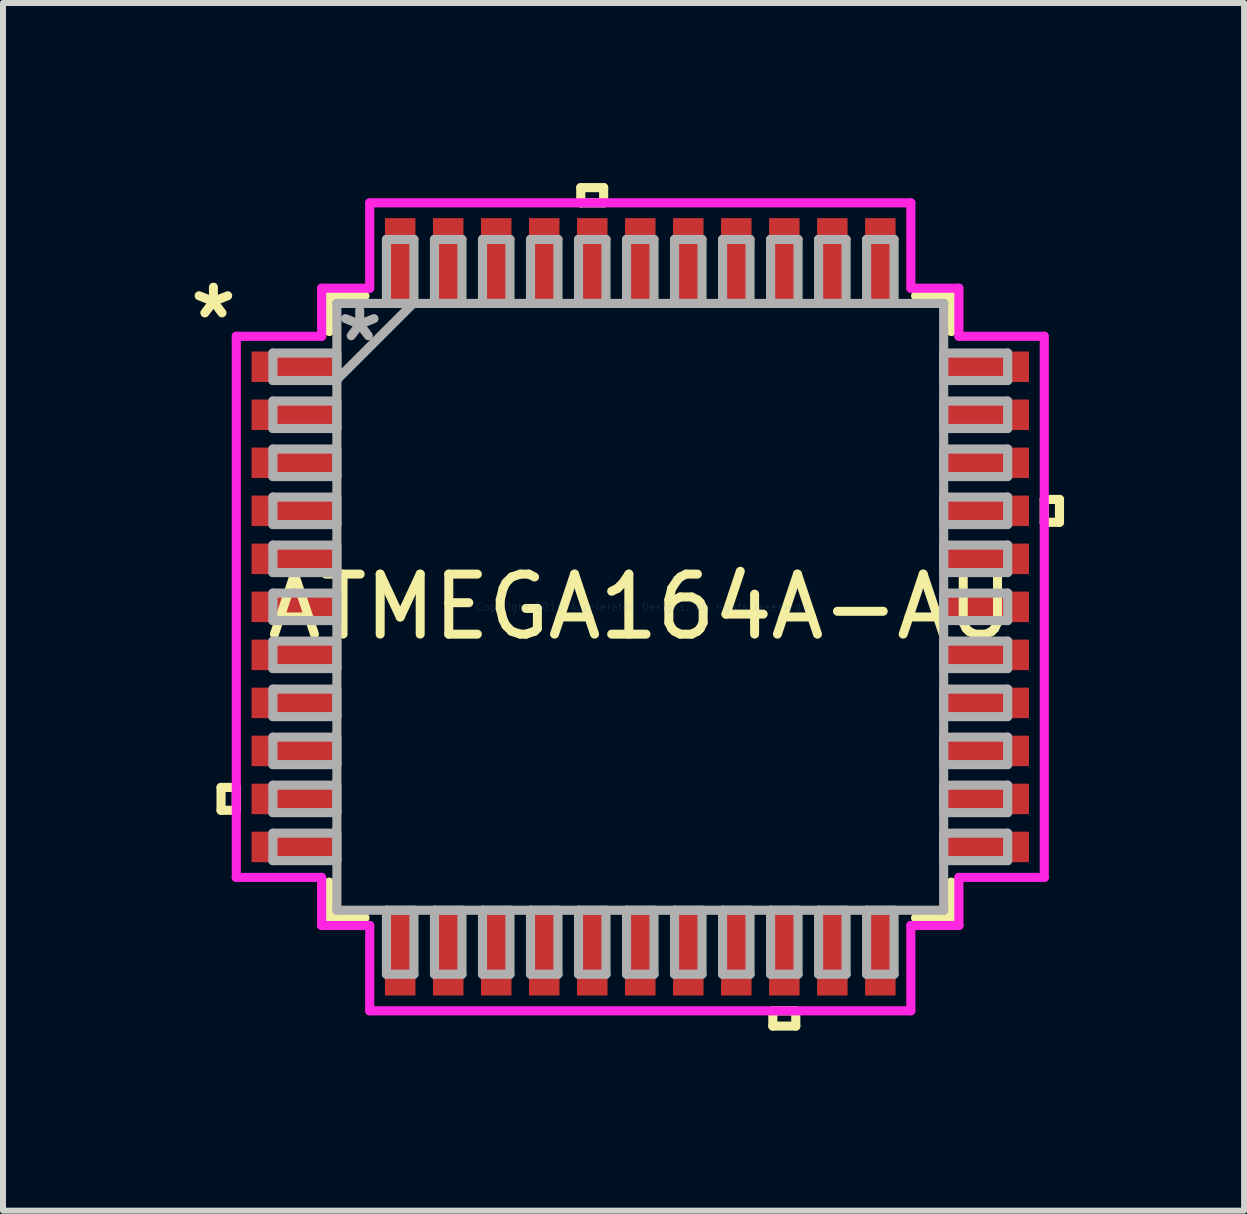
<source format=kicad_pcb>
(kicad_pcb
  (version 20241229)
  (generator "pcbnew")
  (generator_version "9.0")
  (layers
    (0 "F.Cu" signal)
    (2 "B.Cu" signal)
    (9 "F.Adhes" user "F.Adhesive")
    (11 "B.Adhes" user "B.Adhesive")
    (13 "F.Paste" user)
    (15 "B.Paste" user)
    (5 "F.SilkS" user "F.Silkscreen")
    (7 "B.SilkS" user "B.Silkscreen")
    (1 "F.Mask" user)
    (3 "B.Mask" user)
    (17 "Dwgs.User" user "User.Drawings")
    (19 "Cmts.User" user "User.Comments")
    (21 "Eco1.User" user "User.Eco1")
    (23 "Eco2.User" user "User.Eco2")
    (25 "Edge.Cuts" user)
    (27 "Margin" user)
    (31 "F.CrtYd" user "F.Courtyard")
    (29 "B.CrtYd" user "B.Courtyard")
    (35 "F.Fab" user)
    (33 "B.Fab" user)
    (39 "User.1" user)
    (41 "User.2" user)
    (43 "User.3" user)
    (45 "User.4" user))
  (footprint "ATMEGA164A-AU"
    (layer "F.Cu")
    (at 7.618 7.061)
    (property "Reference" "ATMEGA164A-AU" (at 0 0 0) (layer "F.SilkS") (effects (font (size 1 1) (thickness 0.15))))
    (attr through_hole)
    (fp_line (start -6.985 3.009) (end -6.985 3.39) (stroke (width 0.152) (type solid)) (layer "F.SilkS"))
    (fp_line (start -6.985 3.39) (end -6.731 3.39) (stroke (width 0.152) (type solid)) (layer "F.SilkS"))
    (fp_line (start -6.731 3.009) (end -6.985 3.009) (stroke (width 0.152) (type solid)) (layer "F.SilkS"))
    (fp_line (start -6.731 3.39) (end -6.731 3.009) (stroke (width 0.152) (type solid)) (layer "F.SilkS"))
    (fp_line (start -5.182 -5.182) (end -5.182 -4.587) (stroke (width 0.152) (type solid)) (layer "F.SilkS"))
    (fp_line (start -5.182 4.587) (end -5.182 5.182) (stroke (width 0.152) (type solid)) (layer "F.SilkS"))
    (fp_line (start -5.182 5.182) (end -4.587 5.182) (stroke (width 0.152) (type solid)) (layer "F.SilkS"))
    (fp_line (start -4.587 -5.182) (end -5.182 -5.182) (stroke (width 0.152) (type solid)) (layer "F.SilkS"))
    (fp_line (start -0.991 -6.985) (end -0.61 -6.985) (stroke (width 0.152) (type solid)) (layer "F.SilkS"))
    (fp_line (start -0.991 -6.731) (end -0.991 -6.985) (stroke (width 0.152) (type solid)) (layer "F.SilkS"))
    (fp_line (start -0.61 -6.985) (end -0.61 -6.731) (stroke (width 0.152) (type solid)) (layer "F.SilkS"))
    (fp_line (start -0.61 -6.731) (end -0.991 -6.731) (stroke (width 0.152) (type solid)) (layer "F.SilkS"))
    (fp_line (start 2.209 6.731) (end 2.209 6.985) (stroke (width 0.152) (type solid)) (layer "F.SilkS"))
    (fp_line (start 2.209 6.985) (end 2.591 6.985) (stroke (width 0.152) (type solid)) (layer "F.SilkS"))
    (fp_line (start 2.591 6.731) (end 2.209 6.731) (stroke (width 0.152) (type solid)) (layer "F.SilkS"))
    (fp_line (start 2.591 6.985) (end 2.591 6.731) (stroke (width 0.152) (type solid)) (layer "F.SilkS"))
    (fp_line (start 4.587 5.182) (end 5.182 5.182) (stroke (width 0.152) (type solid)) (layer "F.SilkS"))
    (fp_line (start 5.182 -5.182) (end 4.587 -5.182) (stroke (width 0.152) (type solid)) (layer "F.SilkS"))
    (fp_line (start 5.182 -4.587) (end 5.182 -5.182) (stroke (width 0.152) (type solid)) (layer "F.SilkS"))
    (fp_line (start 5.182 5.182) (end 5.182 4.587) (stroke (width 0.152) (type solid)) (layer "F.SilkS"))
    (fp_line (start 6.731 -1.79) (end 6.985 -1.79) (stroke (width 0.152) (type solid)) (layer "F.SilkS"))
    (fp_line (start 6.731 -1.409) (end 6.731 -1.79) (stroke (width 0.152) (type solid)) (layer "F.SilkS"))
    (fp_line (start 6.985 -1.79) (end 6.985 -1.409) (stroke (width 0.152) (type solid)) (layer "F.SilkS"))
    (fp_line (start 6.985 -1.409) (end 6.731 -1.409) (stroke (width 0.152) (type solid)) (layer "F.SilkS"))
    (fp_line (start -6.731 -4.508) (end -5.309 -4.508) (stroke (width 0.152) (type solid)) (layer "F.CrtYd"))
    (fp_line (start -6.731 4.508) (end -6.731 -4.508) (stroke (width 0.152) (type solid)) (layer "F.CrtYd"))
    (fp_line (start -5.309 -5.309) (end -4.508 -5.309) (stroke (width 0.152) (type solid)) (layer "F.CrtYd"))
    (fp_line (start -5.309 -4.508) (end -5.309 -5.309) (stroke (width 0.152) (type solid)) (layer "F.CrtYd"))
    (fp_line (start -5.309 4.508) (end -6.731 4.508) (stroke (width 0.152) (type solid)) (layer "F.CrtYd"))
    (fp_line (start -5.309 5.309) (end -5.309 4.508) (stroke (width 0.152) (type solid)) (layer "F.CrtYd"))
    (fp_line (start -4.508 -6.731) (end 4.508 -6.731) (stroke (width 0.152) (type solid)) (layer "F.CrtYd"))
    (fp_line (start -4.508 -5.309) (end -4.508 -6.731) (stroke (width 0.152) (type solid)) (layer "F.CrtYd"))
    (fp_line (start -4.508 5.309) (end -5.309 5.309) (stroke (width 0.152) (type solid)) (layer "F.CrtYd"))
    (fp_line (start -4.508 6.731) (end -4.508 5.309) (stroke (width 0.152) (type solid)) (layer "F.CrtYd"))
    (fp_line (start 4.508 -6.731) (end 4.508 -5.309) (stroke (width 0.152) (type solid)) (layer "F.CrtYd"))
    (fp_line (start 4.508 -5.309) (end 5.309 -5.309) (stroke (width 0.152) (type solid)) (layer "F.CrtYd"))
    (fp_line (start 4.508 5.309) (end 4.508 6.731) (stroke (width 0.152) (type solid)) (layer "F.CrtYd"))
    (fp_line (start 4.508 6.731) (end -4.508 6.731) (stroke (width 0.152) (type solid)) (layer "F.CrtYd"))
    (fp_line (start 5.309 -5.309) (end 5.309 -4.508) (stroke (width 0.152) (type solid)) (layer "F.CrtYd"))
    (fp_line (start 5.309 -4.508) (end 6.731 -4.508) (stroke (width 0.152) (type solid)) (layer "F.CrtYd"))
    (fp_line (start 5.309 4.508) (end 5.309 5.309) (stroke (width 0.152) (type solid)) (layer "F.CrtYd"))
    (fp_line (start 5.309 5.309) (end 4.508 5.309) (stroke (width 0.152) (type solid)) (layer "F.CrtYd"))
    (fp_line (start 6.731 -4.508) (end 6.731 4.508) (stroke (width 0.152) (type solid)) (layer "F.CrtYd"))
    (fp_line (start 6.731 4.508) (end 5.309 4.508) (stroke (width 0.152) (type solid)) (layer "F.CrtYd"))
    (fp_line (start -6.121 -4.229) (end -6.121 -3.771) (stroke (width 0.152) (type solid)) (layer "F.Fab"))
    (fp_line (start -6.121 -3.771) (end -5.055 -3.771) (stroke (width 0.152) (type solid)) (layer "F.Fab"))
    (fp_line (start -6.121 -3.429) (end -6.121 -2.971) (stroke (width 0.152) (type solid)) (layer "F.Fab"))
    (fp_line (start -6.121 -2.971) (end -5.055 -2.971) (stroke (width 0.152) (type solid)) (layer "F.Fab"))
    (fp_line (start -6.121 -2.629) (end -6.121 -2.171) (stroke (width 0.152) (type solid)) (layer "F.Fab"))
    (fp_line (start -6.121 -2.171) (end -5.055 -2.171) (stroke (width 0.152) (type solid)) (layer "F.Fab"))
    (fp_line (start -6.121 -1.829) (end -6.121 -1.371) (stroke (width 0.152) (type solid)) (layer "F.Fab"))
    (fp_line (start -6.121 -1.371) (end -5.055 -1.371) (stroke (width 0.152) (type solid)) (layer "F.Fab"))
    (fp_line (start -6.121 -1.029) (end -6.121 -0.571) (stroke (width 0.152) (type solid)) (layer "F.Fab"))
    (fp_line (start -6.121 -0.571) (end -5.055 -0.571) (stroke (width 0.152) (type solid)) (layer "F.Fab"))
    (fp_line (start -6.121 -0.229) (end -6.121 0.229) (stroke (width 0.152) (type solid)) (layer "F.Fab"))
    (fp_line (start -6.121 0.229) (end -5.055 0.229) (stroke (width 0.152) (type solid)) (layer "F.Fab"))
    (fp_line (start -6.121 0.571) (end -6.121 1.029) (stroke (width 0.152) (type solid)) (layer "F.Fab"))
    (fp_line (start -6.121 1.029) (end -5.055 1.029) (stroke (width 0.152) (type solid)) (layer "F.Fab"))
    (fp_line (start -6.121 1.371) (end -6.121 1.829) (stroke (width 0.152) (type solid)) (layer "F.Fab"))
    (fp_line (start -6.121 1.829) (end -5.055 1.829) (stroke (width 0.152) (type solid)) (layer "F.Fab"))
    (fp_line (start -6.121 2.171) (end -6.121 2.629) (stroke (width 0.152) (type solid)) (layer "F.Fab"))
    (fp_line (start -6.121 2.629) (end -5.055 2.629) (stroke (width 0.152) (type solid)) (layer "F.Fab"))
    (fp_line (start -6.121 2.971) (end -6.121 3.429) (stroke (width 0.152) (type solid)) (layer "F.Fab"))
    (fp_line (start -6.121 3.429) (end -5.055 3.429) (stroke (width 0.152) (type solid)) (layer "F.Fab"))
    (fp_line (start -6.121 3.771) (end -6.121 4.229) (stroke (width 0.152) (type solid)) (layer "F.Fab"))
    (fp_line (start -6.121 4.229) (end -5.055 4.229) (stroke (width 0.152) (type solid)) (layer "F.Fab"))
    (fp_line (start -5.055 -5.055) (end -5.055 -5.055) (stroke (width 0.152) (type solid)) (layer "F.Fab"))
    (fp_line (start -5.055 -5.055) (end -5.055 5.055) (stroke (width 0.152) (type solid)) (layer "F.Fab"))
    (fp_line (start -5.055 -4.229) (end -6.121 -4.229) (stroke (width 0.152) (type solid)) (layer "F.Fab"))
    (fp_line (start -5.055 -3.785) (end -3.785 -5.055) (stroke (width 0.152) (type solid)) (layer "F.Fab"))
    (fp_line (start -5.055 -3.771) (end -5.055 -4.229) (stroke (width 0.152) (type solid)) (layer "F.Fab"))
    (fp_line (start -5.055 -3.429) (end -6.121 -3.429) (stroke (width 0.152) (type solid)) (layer "F.Fab"))
    (fp_line (start -5.055 -2.971) (end -5.055 -3.429) (stroke (width 0.152) (type solid)) (layer "F.Fab"))
    (fp_line (start -5.055 -2.629) (end -6.121 -2.629) (stroke (width 0.152) (type solid)) (layer "F.Fab"))
    (fp_line (start -5.055 -2.171) (end -5.055 -2.629) (stroke (width 0.152) (type solid)) (layer "F.Fab"))
    (fp_line (start -5.055 -1.829) (end -6.121 -1.829) (stroke (width 0.152) (type solid)) (layer "F.Fab"))
    (fp_line (start -5.055 -1.371) (end -5.055 -1.829) (stroke (width 0.152) (type solid)) (layer "F.Fab"))
    (fp_line (start -5.055 -1.029) (end -6.121 -1.029) (stroke (width 0.152) (type solid)) (layer "F.Fab"))
    (fp_line (start -5.055 -0.571) (end -5.055 -1.029) (stroke (width 0.152) (type solid)) (layer "F.Fab"))
    (fp_line (start -5.055 -0.229) (end -6.121 -0.229) (stroke (width 0.152) (type solid)) (layer "F.Fab"))
    (fp_line (start -5.055 0.229) (end -5.055 -0.229) (stroke (width 0.152) (type solid)) (layer "F.Fab"))
    (fp_line (start -5.055 0.571) (end -6.121 0.571) (stroke (width 0.152) (type solid)) (layer "F.Fab"))
    (fp_line (start -5.055 1.029) (end -5.055 0.571) (stroke (width 0.152) (type solid)) (layer "F.Fab"))
    (fp_line (start -5.055 1.371) (end -6.121 1.371) (stroke (width 0.152) (type solid)) (layer "F.Fab"))
    (fp_line (start -5.055 1.829) (end -5.055 1.371) (stroke (width 0.152) (type solid)) (layer "F.Fab"))
    (fp_line (start -5.055 2.171) (end -6.121 2.171) (stroke (width 0.152) (type solid)) (layer "F.Fab"))
    (fp_line (start -5.055 2.629) (end -5.055 2.171) (stroke (width 0.152) (type solid)) (layer "F.Fab"))
    (fp_line (start -5.055 2.971) (end -6.121 2.971) (stroke (width 0.152) (type solid)) (layer "F.Fab"))
    (fp_line (start -5.055 3.429) (end -5.055 2.971) (stroke (width 0.152) (type solid)) (layer "F.Fab"))
    (fp_line (start -5.055 3.771) (end -6.121 3.771) (stroke (width 0.152) (type solid)) (layer "F.Fab"))
    (fp_line (start -5.055 4.229) (end -5.055 3.771) (stroke (width 0.152) (type solid)) (layer "F.Fab"))
    (fp_line (start -5.055 5.055) (end -5.055 5.055) (stroke (width 0.152) (type solid)) (layer "F.Fab"))
    (fp_line (start -5.055 5.055) (end 5.055 5.055) (stroke (width 0.152) (type solid)) (layer "F.Fab"))
    (fp_line (start -4.229 5.055) (end -4.229 6.121) (stroke (width 0.152) (type solid)) (layer "F.Fab"))
    (fp_line (start -4.229 6.121) (end -3.771 6.121) (stroke (width 0.152) (type solid)) (layer "F.Fab"))
    (fp_line (start -4.229 -6.121) (end -4.229 -5.055) (stroke (width 0.152) (type solid)) (layer "F.Fab"))
    (fp_line (start -4.229 -5.055) (end -3.771 -5.055) (stroke (width 0.152) (type solid)) (layer "F.Fab"))
    (fp_line (start -3.771 5.055) (end -4.229 5.055) (stroke (width 0.152) (type solid)) (layer "F.Fab"))
    (fp_line (start -3.771 6.121) (end -3.771 5.055) (stroke (width 0.152) (type solid)) (layer "F.Fab"))
    (fp_line (start -3.771 -6.121) (end -4.229 -6.121) (stroke (width 0.152) (type solid)) (layer "F.Fab"))
    (fp_line (start -3.771 -5.055) (end -3.771 -6.121) (stroke (width 0.152) (type solid)) (layer "F.Fab"))
    (fp_line (start -3.429 -6.121) (end -3.429 -5.055) (stroke (width 0.152) (type solid)) (layer "F.Fab"))
    (fp_line (start -3.429 -5.055) (end -2.971 -5.055) (stroke (width 0.152) (type solid)) (layer "F.Fab"))
    (fp_line (start -3.429 5.055) (end -3.429 6.121) (stroke (width 0.152) (type solid)) (layer "F.Fab"))
    (fp_line (start -3.429 6.121) (end -2.971 6.121) (stroke (width 0.152) (type solid)) (layer "F.Fab"))
    (fp_line (start -2.971 -6.121) (end -3.429 -6.121) (stroke (width 0.152) (type solid)) (layer "F.Fab"))
    (fp_line (start -2.971 -5.055) (end -2.971 -6.121) (stroke (width 0.152) (type solid)) (layer "F.Fab"))
    (fp_line (start -2.971 5.055) (end -3.429 5.055) (stroke (width 0.152) (type solid)) (layer "F.Fab"))
    (fp_line (start -2.971 6.121) (end -2.971 5.055) (stroke (width 0.152) (type solid)) (layer "F.Fab"))
    (fp_line (start -2.629 -6.121) (end -2.629 -5.055) (stroke (width 0.152) (type solid)) (layer "F.Fab"))
    (fp_line (start -2.629 -5.055) (end -2.171 -5.055) (stroke (width 0.152) (type solid)) (layer "F.Fab"))
    (fp_line (start -2.629 5.055) (end -2.629 6.121) (stroke (width 0.152) (type solid)) (layer "F.Fab"))
    (fp_line (start -2.629 6.121) (end -2.171 6.121) (stroke (width 0.152) (type solid)) (layer "F.Fab"))
    (fp_line (start -2.171 -6.121) (end -2.629 -6.121) (stroke (width 0.152) (type solid)) (layer "F.Fab"))
    (fp_line (start -2.171 -5.055) (end -2.171 -6.121) (stroke (width 0.152) (type solid)) (layer "F.Fab"))
    (fp_line (start -2.171 5.055) (end -2.629 5.055) (stroke (width 0.152) (type solid)) (layer "F.Fab"))
    (fp_line (start -2.171 6.121) (end -2.171 5.055) (stroke (width 0.152) (type solid)) (layer "F.Fab"))
    (fp_line (start -1.829 -6.121) (end -1.829 -5.055) (stroke (width 0.152) (type solid)) (layer "F.Fab"))
    (fp_line (start -1.829 -5.055) (end -1.371 -5.055) (stroke (width 0.152) (type solid)) (layer "F.Fab"))
    (fp_line (start -1.829 5.055) (end -1.829 6.121) (stroke (width 0.152) (type solid)) (layer "F.Fab"))
    (fp_line (start -1.829 6.121) (end -1.371 6.121) (stroke (width 0.152) (type solid)) (layer "F.Fab"))
    (fp_line (start -1.371 -6.121) (end -1.829 -6.121) (stroke (width 0.152) (type solid)) (layer "F.Fab"))
    (fp_line (start -1.371 -5.055) (end -1.371 -6.121) (stroke (width 0.152) (type solid)) (layer "F.Fab"))
    (fp_line (start -1.371 5.055) (end -1.829 5.055) (stroke (width 0.152) (type solid)) (layer "F.Fab"))
    (fp_line (start -1.371 6.121) (end -1.371 5.055) (stroke (width 0.152) (type solid)) (layer "F.Fab"))
    (fp_line (start -1.029 -6.121) (end -1.029 -5.055) (stroke (width 0.152) (type solid)) (layer "F.Fab"))
    (fp_line (start -1.029 -5.055) (end -0.571 -5.055) (stroke (width 0.152) (type solid)) (layer "F.Fab"))
    (fp_line (start -1.029 5.055) (end -1.029 6.121) (stroke (width 0.152) (type solid)) (layer "F.Fab"))
    (fp_line (start -1.029 6.121) (end -0.571 6.121) (stroke (width 0.152) (type solid)) (layer "F.Fab"))
    (fp_line (start -0.571 -6.121) (end -1.029 -6.121) (stroke (width 0.152) (type solid)) (layer "F.Fab"))
    (fp_line (start -0.571 -5.055) (end -0.571 -6.121) (stroke (width 0.152) (type solid)) (layer "F.Fab"))
    (fp_line (start -0.571 5.055) (end -1.029 5.055) (stroke (width 0.152) (type solid)) (layer "F.Fab"))
    (fp_line (start -0.571 6.121) (end -0.571 5.055) (stroke (width 0.152) (type solid)) (layer "F.Fab"))
    (fp_line (start -0.229 -6.121) (end -0.229 -5.055) (stroke (width 0.152) (type solid)) (layer "F.Fab"))
    (fp_line (start -0.229 -5.055) (end 0.229 -5.055) (stroke (width 0.152) (type solid)) (layer "F.Fab"))
    (fp_line (start -0.229 5.055) (end -0.229 6.121) (stroke (width 0.152) (type solid)) (layer "F.Fab"))
    (fp_line (start -0.229 6.121) (end 0.229 6.121) (stroke (width 0.152) (type solid)) (layer "F.Fab"))
    (fp_line (start 0.229 -6.121) (end -0.229 -6.121) (stroke (width 0.152) (type solid)) (layer "F.Fab"))
    (fp_line (start 0.229 -5.055) (end 0.229 -6.121) (stroke (width 0.152) (type solid)) (layer "F.Fab"))
    (fp_line (start 0.229 5.055) (end -0.229 5.055) (stroke (width 0.152) (type solid)) (layer "F.Fab"))
    (fp_line (start 0.229 6.121) (end 0.229 5.055) (stroke (width 0.152) (type solid)) (layer "F.Fab"))
    (fp_line (start 0.571 -6.121) (end 0.571 -5.055) (stroke (width 0.152) (type solid)) (layer "F.Fab"))
    (fp_line (start 0.571 -5.055) (end 1.029 -5.055) (stroke (width 0.152) (type solid)) (layer "F.Fab"))
    (fp_line (start 0.571 5.055) (end 0.571 6.121) (stroke (width 0.152) (type solid)) (layer "F.Fab"))
    (fp_line (start 0.571 6.121) (end 1.029 6.121) (stroke (width 0.152) (type solid)) (layer "F.Fab"))
    (fp_line (start 1.029 -6.121) (end 0.571 -6.121) (stroke (width 0.152) (type solid)) (layer "F.Fab"))
    (fp_line (start 1.029 -5.055) (end 1.029 -6.121) (stroke (width 0.152) (type solid)) (layer "F.Fab"))
    (fp_line (start 1.029 5.055) (end 0.571 5.055) (stroke (width 0.152) (type solid)) (layer "F.Fab"))
    (fp_line (start 1.029 6.121) (end 1.029 5.055) (stroke (width 0.152) (type solid)) (layer "F.Fab"))
    (fp_line (start 1.371 -6.121) (end 1.371 -5.055) (stroke (width 0.152) (type solid)) (layer "F.Fab"))
    (fp_line (start 1.371 -5.055) (end 1.829 -5.055) (stroke (width 0.152) (type solid)) (layer "F.Fab"))
    (fp_line (start 1.371 5.055) (end 1.371 6.121) (stroke (width 0.152) (type solid)) (layer "F.Fab"))
    (fp_line (start 1.371 6.121) (end 1.829 6.121) (stroke (width 0.152) (type solid)) (layer "F.Fab"))
    (fp_line (start 1.829 -6.121) (end 1.371 -6.121) (stroke (width 0.152) (type solid)) (layer "F.Fab"))
    (fp_line (start 1.829 -5.055) (end 1.829 -6.121) (stroke (width 0.152) (type solid)) (layer "F.Fab"))
    (fp_line (start 1.829 5.055) (end 1.371 5.055) (stroke (width 0.152) (type solid)) (layer "F.Fab"))
    (fp_line (start 1.829 6.121) (end 1.829 5.055) (stroke (width 0.152) (type solid)) (layer "F.Fab"))
    (fp_line (start 2.171 -6.121) (end 2.171 -5.055) (stroke (width 0.152) (type solid)) (layer "F.Fab"))
    (fp_line (start 2.171 -5.055) (end 2.629 -5.055) (stroke (width 0.152) (type solid)) (layer "F.Fab"))
    (fp_line (start 2.171 5.055) (end 2.171 6.121) (stroke (width 0.152) (type solid)) (layer "F.Fab"))
    (fp_line (start 2.171 6.121) (end 2.629 6.121) (stroke (width 0.152) (type solid)) (layer "F.Fab"))
    (fp_line (start 2.629 -6.121) (end 2.171 -6.121) (stroke (width 0.152) (type solid)) (layer "F.Fab"))
    (fp_line (start 2.629 -5.055) (end 2.629 -6.121) (stroke (width 0.152) (type solid)) (layer "F.Fab"))
    (fp_line (start 2.629 5.055) (end 2.171 5.055) (stroke (width 0.152) (type solid)) (layer "F.Fab"))
    (fp_line (start 2.629 6.121) (end 2.629 5.055) (stroke (width 0.152) (type solid)) (layer "F.Fab"))
    (fp_line (start 2.971 -6.121) (end 2.971 -5.055) (stroke (width 0.152) (type solid)) (layer "F.Fab"))
    (fp_line (start 2.971 -5.055) (end 3.429 -5.055) (stroke (width 0.152) (type solid)) (layer "F.Fab"))
    (fp_line (start 2.971 5.055) (end 2.971 6.121) (stroke (width 0.152) (type solid)) (layer "F.Fab"))
    (fp_line (start 2.971 6.121) (end 3.429 6.121) (stroke (width 0.152) (type solid)) (layer "F.Fab"))
    (fp_line (start 3.429 -6.121) (end 2.971 -6.121) (stroke (width 0.152) (type solid)) (layer "F.Fab"))
    (fp_line (start 3.429 -5.055) (end 3.429 -6.121) (stroke (width 0.152) (type solid)) (layer "F.Fab"))
    (fp_line (start 3.429 5.055) (end 2.971 5.055) (stroke (width 0.152) (type solid)) (layer "F.Fab"))
    (fp_line (start 3.429 6.121) (end 3.429 5.055) (stroke (width 0.152) (type solid)) (layer "F.Fab"))
    (fp_line (start 3.771 5.055) (end 3.771 6.121) (stroke (width 0.152) (type solid)) (layer "F.Fab"))
    (fp_line (start 3.771 6.121) (end 4.229 6.121) (stroke (width 0.152) (type solid)) (layer "F.Fab"))
    (fp_line (start 3.771 -6.121) (end 3.771 -5.055) (stroke (width 0.152) (type solid)) (layer "F.Fab"))
    (fp_line (start 3.771 -5.055) (end 4.229 -5.055) (stroke (width 0.152) (type solid)) (layer "F.Fab"))
    (fp_line (start 4.229 5.055) (end 3.771 5.055) (stroke (width 0.152) (type solid)) (layer "F.Fab"))
    (fp_line (start 4.229 6.121) (end 4.229 5.055) (stroke (width 0.152) (type solid)) (layer "F.Fab"))
    (fp_line (start 4.229 -6.121) (end 3.771 -6.121) (stroke (width 0.152) (type solid)) (layer "F.Fab"))
    (fp_line (start 4.229 -5.055) (end 4.229 -6.121) (stroke (width 0.152) (type solid)) (layer "F.Fab"))
    (fp_line (start 5.055 -5.055) (end -5.055 -5.055) (stroke (width 0.152) (type solid)) (layer "F.Fab"))
    (fp_line (start 5.055 -5.055) (end 5.055 -5.055) (stroke (width 0.152) (type solid)) (layer "F.Fab"))
    (fp_line (start 5.055 -4.229) (end 5.055 -3.771) (stroke (width 0.152) (type solid)) (layer "F.Fab"))
    (fp_line (start 5.055 -3.771) (end 6.121 -3.771) (stroke (width 0.152) (type solid)) (layer "F.Fab"))
    (fp_line (start 5.055 -3.429) (end 5.055 -2.971) (stroke (width 0.152) (type solid)) (layer "F.Fab"))
    (fp_line (start 5.055 -2.971) (end 6.121 -2.971) (stroke (width 0.152) (type solid)) (layer "F.Fab"))
    (fp_line (start 5.055 -2.629) (end 5.055 -2.171) (stroke (width 0.152) (type solid)) (layer "F.Fab"))
    (fp_line (start 5.055 -2.171) (end 6.121 -2.171) (stroke (width 0.152) (type solid)) (layer "F.Fab"))
    (fp_line (start 5.055 -1.829) (end 5.055 -1.371) (stroke (width 0.152) (type solid)) (layer "F.Fab"))
    (fp_line (start 5.055 -1.371) (end 6.121 -1.371) (stroke (width 0.152) (type solid)) (layer "F.Fab"))
    (fp_line (start 5.055 -1.029) (end 5.055 -0.571) (stroke (width 0.152) (type solid)) (layer "F.Fab"))
    (fp_line (start 5.055 -0.571) (end 6.121 -0.571) (stroke (width 0.152) (type solid)) (layer "F.Fab"))
    (fp_line (start 5.055 -0.229) (end 5.055 0.229) (stroke (width 0.152) (type solid)) (layer "F.Fab"))
    (fp_line (start 5.055 0.229) (end 6.121 0.229) (stroke (width 0.152) (type solid)) (layer "F.Fab"))
    (fp_line (start 5.055 0.571) (end 5.055 1.029) (stroke (width 0.152) (type solid)) (layer "F.Fab"))
    (fp_line (start 5.055 1.029) (end 6.121 1.029) (stroke (width 0.152) (type solid)) (layer "F.Fab"))
    (fp_line (start 5.055 1.371) (end 5.055 1.829) (stroke (width 0.152) (type solid)) (layer "F.Fab"))
    (fp_line (start 5.055 1.829) (end 6.121 1.829) (stroke (width 0.152) (type solid)) (layer "F.Fab"))
    (fp_line (start 5.055 2.171) (end 5.055 2.629) (stroke (width 0.152) (type solid)) (layer "F.Fab"))
    (fp_line (start 5.055 2.629) (end 6.121 2.629) (stroke (width 0.152) (type solid)) (layer "F.Fab"))
    (fp_line (start 5.055 2.971) (end 5.055 3.429) (stroke (width 0.152) (type solid)) (layer "F.Fab"))
    (fp_line (start 5.055 3.429) (end 6.121 3.429) (stroke (width 0.152) (type solid)) (layer "F.Fab"))
    (fp_line (start 5.055 3.771) (end 5.055 4.229) (stroke (width 0.152) (type solid)) (layer "F.Fab"))
    (fp_line (start 5.055 4.229) (end 6.121 4.229) (stroke (width 0.152) (type solid)) (layer "F.Fab"))
    (fp_line (start 5.055 5.055) (end 5.055 -5.055) (stroke (width 0.152) (type solid)) (layer "F.Fab"))
    (fp_line (start 5.055 5.055) (end 5.055 5.055) (stroke (width 0.152) (type solid)) (layer "F.Fab"))
    (fp_line (start 6.121 -4.229) (end 5.055 -4.229) (stroke (width 0.152) (type solid)) (layer "F.Fab"))
    (fp_line (start 6.121 -3.771) (end 6.121 -4.229) (stroke (width 0.152) (type solid)) (layer "F.Fab"))
    (fp_line (start 6.121 -3.429) (end 5.055 -3.429) (stroke (width 0.152) (type solid)) (layer "F.Fab"))
    (fp_line (start 6.121 -2.971) (end 6.121 -3.429) (stroke (width 0.152) (type solid)) (layer "F.Fab"))
    (fp_line (start 6.121 -2.629) (end 5.055 -2.629) (stroke (width 0.152) (type solid)) (layer "F.Fab"))
    (fp_line (start 6.121 -2.171) (end 6.121 -2.629) (stroke (width 0.152) (type solid)) (layer "F.Fab"))
    (fp_line (start 6.121 -1.829) (end 5.055 -1.829) (stroke (width 0.152) (type solid)) (layer "F.Fab"))
    (fp_line (start 6.121 -1.371) (end 6.121 -1.829) (stroke (width 0.152) (type solid)) (layer "F.Fab"))
    (fp_line (start 6.121 -1.029) (end 5.055 -1.029) (stroke (width 0.152) (type solid)) (layer "F.Fab"))
    (fp_line (start 6.121 -0.571) (end 6.121 -1.029) (stroke (width 0.152) (type solid)) (layer "F.Fab"))
    (fp_line (start 6.121 -0.229) (end 5.055 -0.229) (stroke (width 0.152) (type solid)) (layer "F.Fab"))
    (fp_line (start 6.121 0.229) (end 6.121 -0.229) (stroke (width 0.152) (type solid)) (layer "F.Fab"))
    (fp_line (start 6.121 0.571) (end 5.055 0.571) (stroke (width 0.152) (type solid)) (layer "F.Fab"))
    (fp_line (start 6.121 1.029) (end 6.121 0.571) (stroke (width 0.152) (type solid)) (layer "F.Fab"))
    (fp_line (start 6.121 1.371) (end 5.055 1.371) (stroke (width 0.152) (type solid)) (layer "F.Fab"))
    (fp_line (start 6.121 1.829) (end 6.121 1.371) (stroke (width 0.152) (type solid)) (layer "F.Fab"))
    (fp_line (start 6.121 2.171) (end 5.055 2.171) (stroke (width 0.152) (type solid)) (layer "F.Fab"))
    (fp_line (start 6.121 2.629) (end 6.121 2.171) (stroke (width 0.152) (type solid)) (layer "F.Fab"))
    (fp_line (start 6.121 2.971) (end 5.055 2.971) (stroke (width 0.152) (type solid)) (layer "F.Fab"))
    (fp_line (start 6.121 3.429) (end 6.121 2.971) (stroke (width 0.152) (type solid)) (layer "F.Fab"))
    (fp_line (start 6.121 3.771) (end 5.055 3.771) (stroke (width 0.152) (type solid)) (layer "F.Fab"))
    (fp_line (start 6.121 4.229) (end 6.121 3.771) (stroke (width 0.152) (type solid)) (layer "F.Fab"))
    (fp_text user "*" (at -7.112 -4.781 0) (layer "F.SilkS") (effects (font (size 1 1) (thickness 0.15))))
    (fp_text user "Copyright 2016 Accelerated Designs. All rights reserved." (at 0 0 0) (layer "Cmts.User") (effects (font (size 0.127 0.127) (thickness 0.002))))
    (fp_text user "*" (at -4.674 -4.4 0) (layer "F.Fab") (effects (font (size 1 1) (thickness 0.15))))
    (pad "1" smd rect (at -5.74 -4 90) (size 0.508 1.473) (layers "F.Cu" "F.Mask" "F.Paste"))
    (pad "2" smd rect (at -5.74 -3.2 90) (size 0.508 1.473) (layers "F.Cu" "F.Mask" "F.Paste"))
    (pad "3" smd rect (at -5.74 -2.4 90) (size 0.508 1.473) (layers "F.Cu" "F.Mask" "F.Paste"))
    (pad "4" smd rect (at -5.74 -1.6 90) (size 0.508 1.473) (layers "F.Cu" "F.Mask" "F.Paste"))
    (pad "5" smd rect (at -5.74 -0.8 90) (size 0.508 1.473) (layers "F.Cu" "F.Mask" "F.Paste"))
    (pad "6" smd rect (at -5.74 0 90) (size 0.508 1.473) (layers "F.Cu" "F.Mask" "F.Paste"))
    (pad "7" smd rect (at -5.74 0.8 90) (size 0.508 1.473) (layers "F.Cu" "F.Mask" "F.Paste"))
    (pad "8" smd rect (at -5.74 1.6 90) (size 0.508 1.473) (layers "F.Cu" "F.Mask" "F.Paste"))
    (pad "9" smd rect (at -5.74 2.4 90) (size 0.508 1.473) (layers "F.Cu" "F.Mask" "F.Paste"))
    (pad "10" smd rect (at -5.74 3.2 90) (size 0.508 1.473) (layers "F.Cu" "F.Mask" "F.Paste"))
    (pad "11" smd rect (at -5.74 4 90) (size 0.508 1.473) (layers "F.Cu" "F.Mask" "F.Paste"))
    (pad "12" smd rect (at -4 5.74) (size 0.508 1.473) (layers "F.Cu" "F.Mask" "F.Paste"))
    (pad "13" smd rect (at -3.2 5.74) (size 0.508 1.473) (layers "F.Cu" "F.Mask" "F.Paste"))
    (pad "14" smd rect (at -2.4 5.74) (size 0.508 1.473) (layers "F.Cu" "F.Mask" "F.Paste"))
    (pad "15" smd rect (at -1.6 5.74) (size 0.508 1.473) (layers "F.Cu" "F.Mask" "F.Paste"))
    (pad "16" smd rect (at -0.8 5.74) (size 0.508 1.473) (layers "F.Cu" "F.Mask" "F.Paste"))
    (pad "17" smd rect (at 0 5.74) (size 0.508 1.473) (layers "F.Cu" "F.Mask" "F.Paste"))
    (pad "18" smd rect (at 0.8 5.74) (size 0.508 1.473) (layers "F.Cu" "F.Mask" "F.Paste"))
    (pad "19" smd rect (at 1.6 5.74) (size 0.508 1.473) (layers "F.Cu" "F.Mask" "F.Paste"))
    (pad "20" smd rect (at 2.4 5.74) (size 0.508 1.473) (layers "F.Cu" "F.Mask" "F.Paste"))
    (pad "21" smd rect (at 3.2 5.74) (size 0.508 1.473) (layers "F.Cu" "F.Mask" "F.Paste"))
    (pad "22" smd rect (at 4 5.74) (size 0.508 1.473) (layers "F.Cu" "F.Mask" "F.Paste"))
    (pad "23" smd rect (at 5.74 4 90) (size 0.508 1.473) (layers "F.Cu" "F.Mask" "F.Paste"))
    (pad "24" smd rect (at 5.74 3.2 90) (size 0.508 1.473) (layers "F.Cu" "F.Mask" "F.Paste"))
    (pad "25" smd rect (at 5.74 2.4 90) (size 0.508 1.473) (layers "F.Cu" "F.Mask" "F.Paste"))
    (pad "26" smd rect (at 5.74 1.6 90) (size 0.508 1.473) (layers "F.Cu" "F.Mask" "F.Paste"))
    (pad "27" smd rect (at 5.74 0.8 90) (size 0.508 1.473) (layers "F.Cu" "F.Mask" "F.Paste"))
    (pad "28" smd rect (at 5.74 0 90) (size 0.508 1.473) (layers "F.Cu" "F.Mask" "F.Paste"))
    (pad "29" smd rect (at 5.74 -0.8 90) (size 0.508 1.473) (layers "F.Cu" "F.Mask" "F.Paste"))
    (pad "30" smd rect (at 5.74 -1.6 90) (size 0.508 1.473) (layers "F.Cu" "F.Mask" "F.Paste"))
    (pad "31" smd rect (at 5.74 -2.4 90) (size 0.508 1.473) (layers "F.Cu" "F.Mask" "F.Paste"))
    (pad "32" smd rect (at 5.74 -3.2 90) (size 0.508 1.473) (layers "F.Cu" "F.Mask" "F.Paste"))
    (pad "33" smd rect (at 5.74 -4 90) (size 0.508 1.473) (layers "F.Cu" "F.Mask" "F.Paste"))
    (pad "34" smd rect (at 4 -5.74) (size 0.508 1.473) (layers "F.Cu" "F.Mask" "F.Paste"))
    (pad "35" smd rect (at 3.2 -5.74) (size 0.508 1.473) (layers "F.Cu" "F.Mask" "F.Paste"))
    (pad "36" smd rect (at 2.4 -5.74) (size 0.508 1.473) (layers "F.Cu" "F.Mask" "F.Paste"))
    (pad "37" smd rect (at 1.6 -5.74) (size 0.508 1.473) (layers "F.Cu" "F.Mask" "F.Paste"))
    (pad "38" smd rect (at 0.8 -5.74) (size 0.508 1.473) (layers "F.Cu" "F.Mask" "F.Paste"))
    (pad "39" smd rect (at 0 -5.74) (size 0.508 1.473) (layers "F.Cu" "F.Mask" "F.Paste"))
    (pad "40" smd rect (at -0.8 -5.74) (size 0.508 1.473) (layers "F.Cu" "F.Mask" "F.Paste"))
    (pad "41" smd rect (at -1.6 -5.74) (size 0.508 1.473) (layers "F.Cu" "F.Mask" "F.Paste"))
    (pad "42" smd rect (at -2.4 -5.74) (size 0.508 1.473) (layers "F.Cu" "F.Mask" "F.Paste"))
    (pad "43" smd rect (at -3.2 -5.74) (size 0.508 1.473) (layers "F.Cu" "F.Mask" "F.Paste"))
    (pad "44" smd rect (at -4 -5.74) (size 0.508 1.473) (layers "F.Cu" "F.Mask" "F.Paste")))
  (gr_rect
    (start -3 -3)
    (end 17.679 17.122)
    (stroke (width 0.1) (type default))
    (fill no)
    (layer "Edge.Cuts")))
</source>
